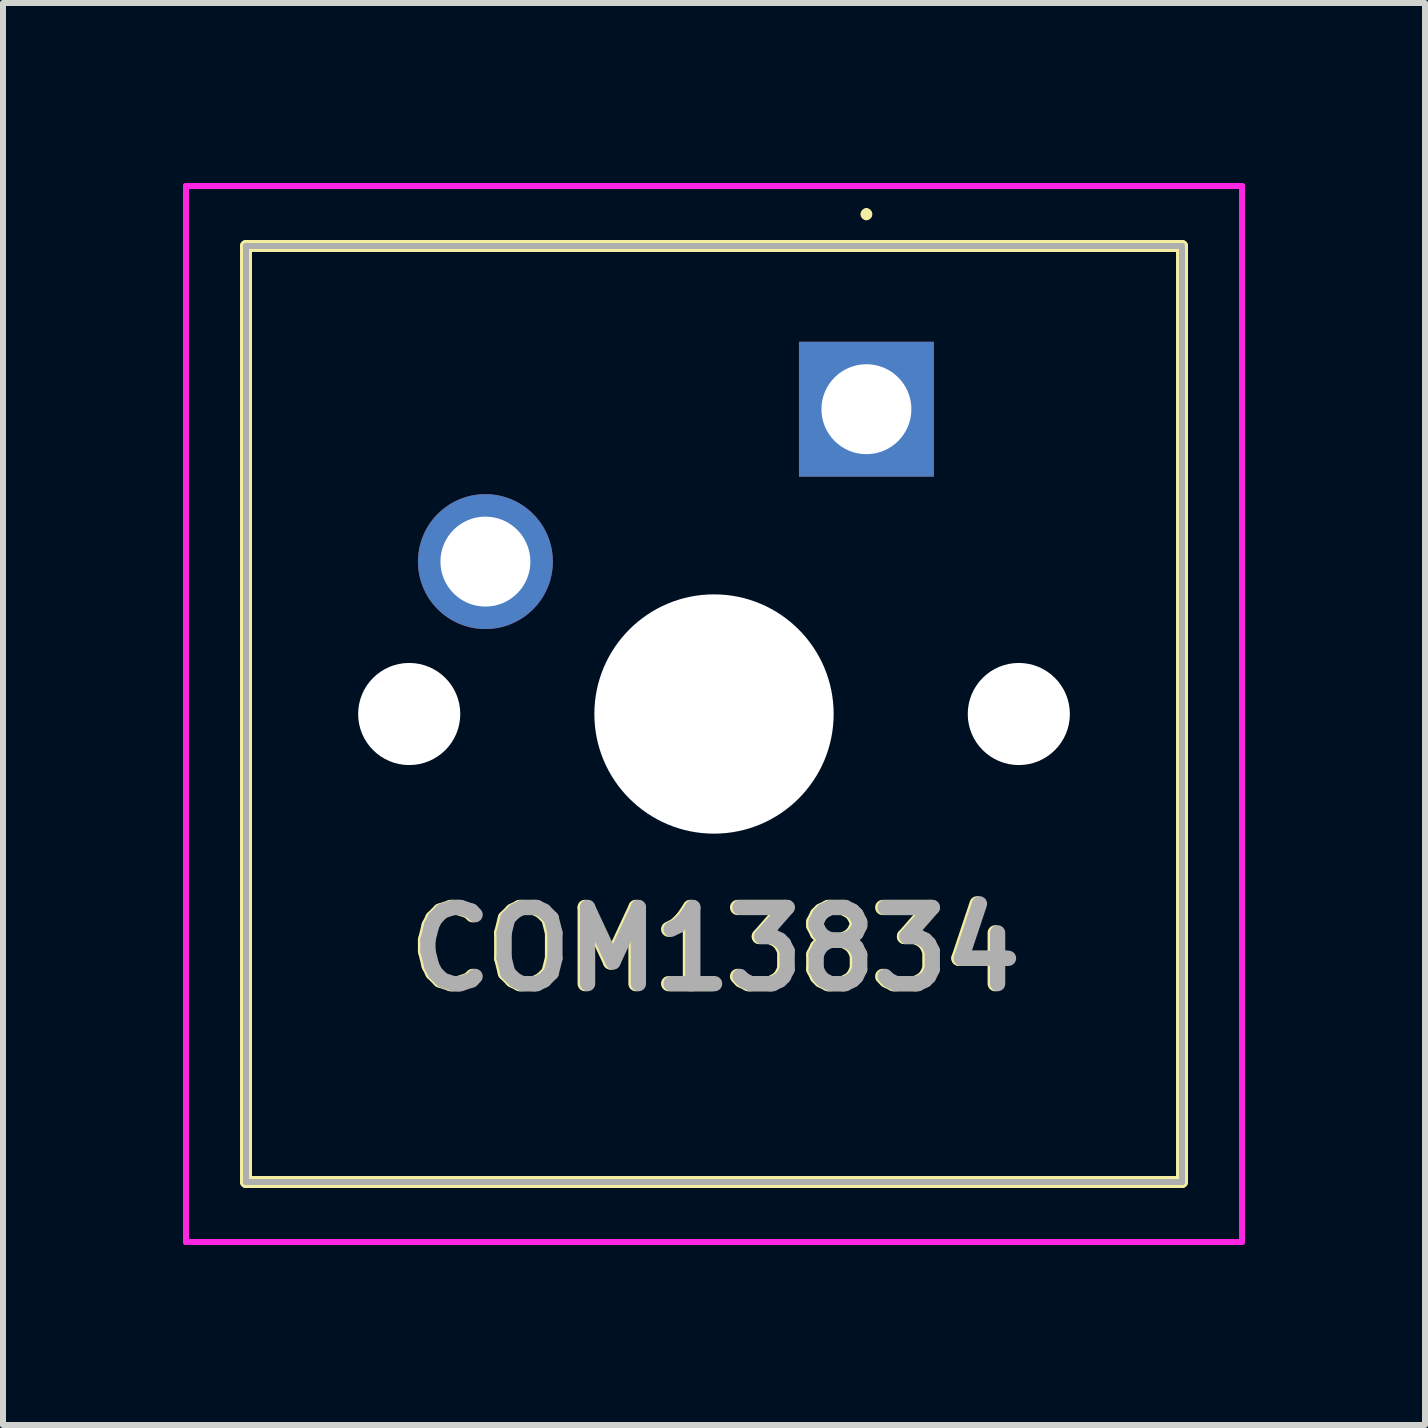
<source format=kicad_pcb>
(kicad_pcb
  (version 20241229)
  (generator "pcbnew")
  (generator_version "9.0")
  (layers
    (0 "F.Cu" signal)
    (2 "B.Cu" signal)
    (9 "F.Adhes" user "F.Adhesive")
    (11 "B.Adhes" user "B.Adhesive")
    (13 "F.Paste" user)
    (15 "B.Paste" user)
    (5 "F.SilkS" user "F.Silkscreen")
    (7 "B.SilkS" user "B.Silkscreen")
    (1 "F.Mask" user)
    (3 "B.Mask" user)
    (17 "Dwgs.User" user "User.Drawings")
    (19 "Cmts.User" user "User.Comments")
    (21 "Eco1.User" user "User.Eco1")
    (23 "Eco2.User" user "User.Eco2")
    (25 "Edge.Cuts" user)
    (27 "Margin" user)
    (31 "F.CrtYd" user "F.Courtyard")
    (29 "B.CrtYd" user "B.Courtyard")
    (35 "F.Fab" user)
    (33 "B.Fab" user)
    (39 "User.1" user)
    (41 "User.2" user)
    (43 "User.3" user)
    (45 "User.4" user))
  (footprint "COM13834"
    (layer "F.Cu")
    (at 11.39 3.77)
    (property "Reference" "COM13834" (at -2.54 9 0) (layer "F.SilkS") (effects (font (size 1.27 1.27) (thickness 0.254))))
    (attr through_hole)
    (fp_line (start -10.34 -2.72) (end 5.26 -2.72) (stroke (width 0.2) (type solid)) (layer "F.SilkS"))
    (fp_line (start -10.34 12.88) (end -10.34 -2.72) (stroke (width 0.2) (type solid)) (layer "F.SilkS"))
    (fp_line (start 0 -3.3) (end 0 -3.3) (stroke (width 0.1) (type solid)) (layer "F.SilkS"))
    (fp_line (start 0 -3.2) (end 0 -3.2) (stroke (width 0.1) (type solid)) (layer "F.SilkS"))
    (fp_line (start 5.26 -2.72) (end 5.26 12.88) (stroke (width 0.2) (type solid)) (layer "F.SilkS"))
    (fp_line (start 5.26 12.88) (end -10.34 12.88) (stroke (width 0.2) (type solid)) (layer "F.SilkS"))
    (fp_arc (start 0 -3.3) (mid 0.05 -3.25) (end 0 -3.2) (stroke (width 0.1) (type solid)) (layer "F.SilkS"))
    (fp_arc (start 0 -3.2) (mid -0.05 -3.25) (end 0 -3.3) (stroke (width 0.1) (type solid)) (layer "F.SilkS"))
    (fp_line (start -11.34 -3.72) (end 6.26 -3.72) (stroke (width 0.1) (type solid)) (layer "F.CrtYd"))
    (fp_line (start -11.34 13.88) (end -11.34 -3.72) (stroke (width 0.1) (type solid)) (layer "F.CrtYd"))
    (fp_line (start 6.26 -3.72) (end 6.26 13.88) (stroke (width 0.1) (type solid)) (layer "F.CrtYd"))
    (fp_line (start 6.26 13.88) (end -11.34 13.88) (stroke (width 0.1) (type solid)) (layer "F.CrtYd"))
    (fp_line (start -10.34 -2.72) (end 5.26 -2.72) (stroke (width 0.1) (type solid)) (layer "F.Fab"))
    (fp_line (start -10.34 12.88) (end -10.34 -2.72) (stroke (width 0.1) (type solid)) (layer "F.Fab"))
    (fp_line (start 5.26 -2.72) (end 5.26 12.88) (stroke (width 0.1) (type solid)) (layer "F.Fab"))
    (fp_line (start 5.26 12.88) (end -10.34 12.88) (stroke (width 0.1) (type solid)) (layer "F.Fab"))
    (fp_text user "${REFERENCE}" (at -2.5 9 0) (layer "F.Fab") (effects (font (size 1.27 1.27) (thickness 0.254))))
    (pad "" np_thru_hole circle (at -7.62 5.08) (size 1.702 1.702) (drill 1.702) (layers "*.Cu" "*.Mask"))
    (pad "" np_thru_hole circle (at -2.54 5.08) (size 3.988 3.988) (drill 3.988) (layers "*.Cu" "*.Mask"))
    (pad "" np_thru_hole circle (at 2.54 5.08) (size 1.702 1.702) (drill 1.702) (layers "*.Cu" "*.Mask"))
    (pad "1" thru_hole rect (at 0 0) (size 2.248 2.248) (drill 1.499) (layers "*.Cu" "*.Mask"))
    (pad "2" thru_hole circle (at -6.35 2.54) (size 2.248 2.248) (drill 1.499) (layers "*.Cu" "*.Mask")))
  (gr_rect
    (start -3 -3)
    (end 20.7 20.7)
    (stroke (width 0.1) (type default))
    (fill no)
    (layer "Edge.Cuts")))
</source>
